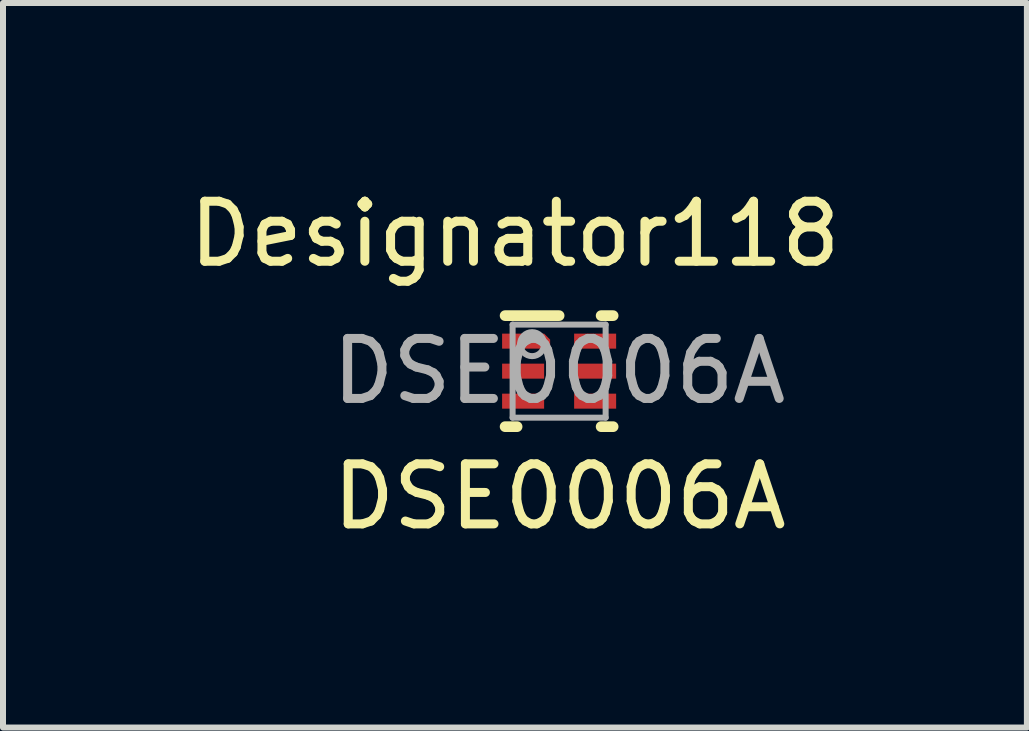
<source format=kicad_pcb>
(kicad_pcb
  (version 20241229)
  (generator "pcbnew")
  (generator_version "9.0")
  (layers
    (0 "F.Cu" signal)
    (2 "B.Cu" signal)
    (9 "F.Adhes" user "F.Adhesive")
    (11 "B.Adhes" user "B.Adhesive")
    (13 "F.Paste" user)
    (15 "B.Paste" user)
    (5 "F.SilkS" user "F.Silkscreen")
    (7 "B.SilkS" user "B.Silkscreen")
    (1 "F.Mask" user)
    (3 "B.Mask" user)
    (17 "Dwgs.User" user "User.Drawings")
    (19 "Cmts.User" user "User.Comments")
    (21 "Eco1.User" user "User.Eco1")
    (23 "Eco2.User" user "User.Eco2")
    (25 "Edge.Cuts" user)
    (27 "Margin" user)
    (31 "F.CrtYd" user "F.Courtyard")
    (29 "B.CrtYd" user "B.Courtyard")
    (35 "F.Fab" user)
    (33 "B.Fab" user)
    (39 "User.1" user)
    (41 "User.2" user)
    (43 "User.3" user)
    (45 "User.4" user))
  (footprint "DSE0006A"
    (layer "F.Cu")
    (at 6.266 3.134)
    (property "Reference" "DSE0006A" (at 0.01 2.09 0) (unlocked yes) (layer "F.SilkS") (effects (font (size 1 1) (thickness 0.15))))
    (attr smd)
    (fp_poly (pts (xy -0.3 -0.625) (xy -0.25 -0.625) (xy -0.15 -0.525) (xy -0.15 -0.375) (xy -0.3 -0.375)) (stroke (width 0) (type solid)) (fill yes) (layer "F.Cu"))
    (fp_poly (pts (xy -0.351 -0.625) (xy -0.35 -0.635) (xy -0.347 -0.644) (xy -0.342 -0.653) (xy -0.336 -0.661) (xy -0.328 -0.667) (xy -0.319 -0.672) (xy -0.31 -0.675) (xy -0.3 -0.676) (xy -0.25 -0.676) (xy -0.24 -0.675) (xy -0.231 -0.672) (xy -0.222 -0.667) (xy -0.214 -0.661) (xy -0.114 -0.561) (xy -0.108 -0.553) (xy -0.103 -0.544) (xy -0.1 -0.535) (xy -0.099 -0.525) (xy -0.099 -0.375) (xy -0.1 -0.365) (xy -0.103 -0.356) (xy -0.108 -0.347) (xy -0.114 -0.339) (xy -0.122 -0.333) (xy -0.131 -0.328) (xy -0.14 -0.325) (xy -0.15 -0.324) (xy -0.3 -0.324) (xy -0.31 -0.325) (xy -0.319 -0.328) (xy -0.328 -0.333) (xy -0.336 -0.339) (xy -0.342 -0.347) (xy -0.347 -0.356) (xy -0.35 -0.365) (xy -0.351 -0.375)) (stroke (width 0) (type solid)) (fill yes) (layer "F.Mask"))
    (fp_line (start -0.9 -0.925) (end 0 -0.925) (stroke (width 0.178) (type solid)) (layer "F.SilkS"))
    (fp_line (start -0.9 0.925) (end -0.7 0.925) (stroke (width 0.178) (type solid)) (layer "F.SilkS"))
    (fp_line (start 0.7 -0.925) (end 0.9 -0.925) (stroke (width 0.178) (type solid)) (layer "F.SilkS"))
    (fp_line (start 0.7 0.925) (end 0.9 0.925) (stroke (width 0.178) (type solid)) (layer "F.SilkS"))
    (fp_poly (pts (xy -0.3 -0.625) (xy -0.25 -0.625) (xy -0.15 -0.525) (xy -0.15 -0.375) (xy -0.3 -0.375)) (stroke (width 0) (type solid)) (fill yes) (layer "F.Paste"))
    (fp_line (start -0.775 -0.775) (end 0.775 -0.775) (stroke (width 0.1) (type solid)) (layer "F.Fab"))
    (fp_line (start -0.775 0.775) (end -0.775 -0.775) (stroke (width 0.1) (type solid)) (layer "F.Fab"))
    (fp_line (start -0.775 0.775) (end 0.775 0.775) (stroke (width 0.1) (type solid)) (layer "F.Fab"))
    (fp_line (start 0.775 0.775) (end 0.775 -0.775) (stroke (width 0.1) (type solid)) (layer "F.Fab"))
    (fp_circle (center -0.45 -0.45) (end -0.25 -0.45) (stroke (width 0.1) (type solid)) (fill no) (layer "F.Fab"))
    (fp_text user "Designator118" (at -0.737 -2.286 0) (unlocked yes) (layer "F.SilkS") (effects (font (size 1 1) (thickness 0.15))))
    (fp_text user "${REFERENCE}" (at 0 0 0) (unlocked yes) (layer "F.Fab") (effects (font (size 1 1) (thickness 0.15))))
    (pad "1" smd rect (at -0.62 -0.5) (size 0.66 0.25) (layers "F.Cu" "F.Mask" "F.Paste"))
    (pad "2" smd rect (at -0.6 0) (size 0.7 0.25) (layers "F.Cu" "F.Mask" "F.Paste"))
    (pad "3" smd rect (at -0.6 0.5) (size 0.7 0.25) (layers "F.Cu" "F.Mask" "F.Paste"))
    (pad "4" smd rect (at 0.6 0.5) (size 0.7 0.25) (layers "F.Cu" "F.Mask" "F.Paste"))
    (pad "5" smd rect (at 0.6 0) (size 0.7 0.25) (layers "F.Cu" "F.Mask" "F.Paste"))
    (pad "6" smd rect (at 0.6 -0.5) (size 0.7 0.25) (layers "F.Cu" "F.Mask" "F.Paste")))
  (gr_rect
    (start -3 -3)
    (end 14.06 9.072)
    (stroke (width 0.1) (type default))
    (fill no)
    (layer "Edge.Cuts")))
</source>
